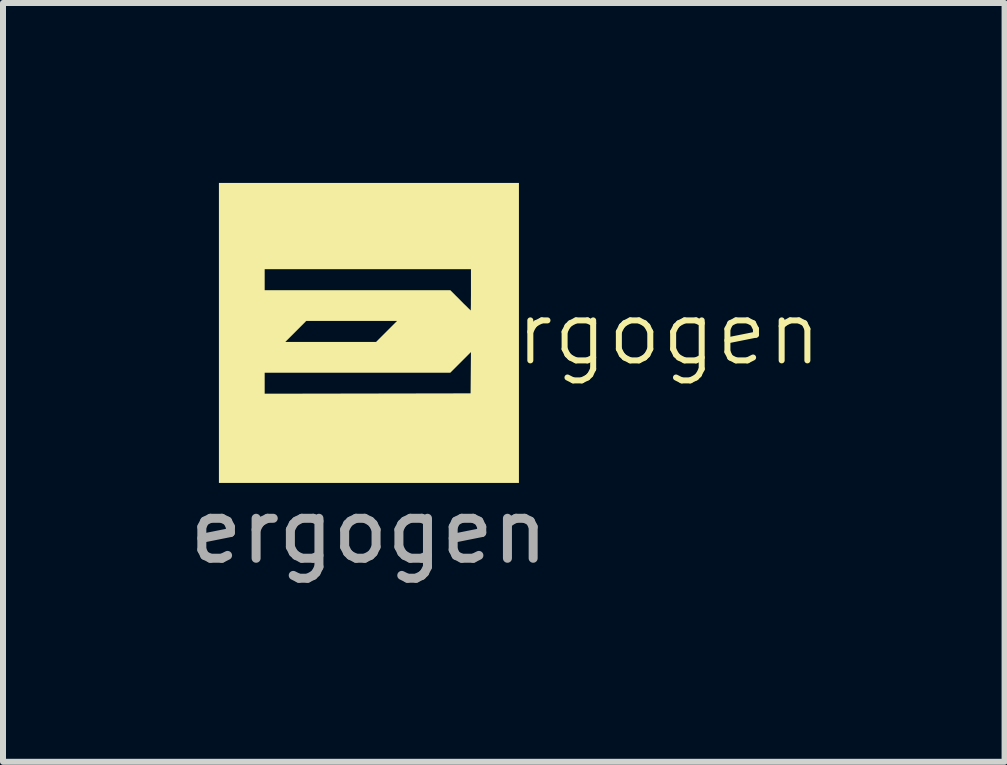
<source format=kicad_pcb>
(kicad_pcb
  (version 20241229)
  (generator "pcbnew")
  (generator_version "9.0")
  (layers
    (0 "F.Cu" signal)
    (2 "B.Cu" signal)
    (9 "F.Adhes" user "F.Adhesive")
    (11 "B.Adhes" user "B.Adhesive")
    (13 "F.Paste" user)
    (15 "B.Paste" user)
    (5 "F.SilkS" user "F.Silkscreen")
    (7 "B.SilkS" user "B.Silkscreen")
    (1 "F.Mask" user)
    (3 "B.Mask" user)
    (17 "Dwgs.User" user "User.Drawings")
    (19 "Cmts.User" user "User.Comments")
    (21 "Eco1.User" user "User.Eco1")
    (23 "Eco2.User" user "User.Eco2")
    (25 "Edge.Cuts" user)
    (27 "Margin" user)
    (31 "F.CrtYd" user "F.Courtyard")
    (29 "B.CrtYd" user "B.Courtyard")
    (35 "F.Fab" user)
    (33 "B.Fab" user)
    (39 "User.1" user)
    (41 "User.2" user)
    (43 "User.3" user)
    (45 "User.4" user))
  (footprint "ergogen"
    (layer "F.Cu")
    (at 3.101 2.501)
    (property "Reference" "ergogen" (at 4.572 0 0) (unlocked yes) (layer "F.SilkS") (effects (font (size 1 1) (thickness 0.1))))
    (private_layers "Dwgs.User")
    (fp_poly (pts (xy 2.501 0) (xy 2.501 2.501) (xy 0 2.501) (xy -2.501 2.501) (xy -2.501 1.013) (xy -1.738 1.013) (xy -0.022 1.01) (xy 1.695 1.007) (xy 1.698 0.663) (xy 1.701 0.319) (xy 1.529 0.491) (xy 1.357 0.663) (xy -0.191 0.663) (xy -1.738 0.663) (xy -1.738 0.838) (xy -1.738 1.013) (xy -2.501 1.013) (xy -2.501 0.15) (xy -1.394 0.15) (xy -0.637 0.15) (xy 0.119 0.15) (xy 0.294 -0.025) (xy 0.469 -0.2) (xy -0.288 -0.2) (xy -1.045 -0.2) (xy -1.219 -0.025) (xy -1.394 0.15) (xy -2.501 0.15) (xy -2.501 0) (xy -2.501 -1.063) (xy -1.738 -1.063) (xy -1.738 -0.888) (xy -1.738 -0.713) (xy -0.191 -0.713) (xy 1.357 -0.713) (xy 1.526 -0.544) (xy 1.578 -0.491) (xy 1.625 -0.446) (xy 1.662 -0.409) (xy 1.687 -0.385) (xy 1.697 -0.375) (xy 1.698 -0.375) (xy 1.698 -0.387) (xy 1.699 -0.421) (xy 1.7 -0.473) (xy 1.7 -0.541) (xy 1.701 -0.621) (xy 1.701 -0.71) (xy 1.701 -0.719) (xy 1.701 -1.063) (xy -0.019 -1.063) (xy -1.738 -1.063) (xy -2.501 -1.063) (xy -2.501 -2.501) (xy 0 -2.501) (xy 2.501 -2.501)) (stroke (width 0) (type solid)) (fill yes) (layer "F.SilkS"))
    (fp_text user "${REFERENCE}" (at 0 3.302 0) (unlocked yes) (layer "F.Fab") (effects (font (size 1 1) (thickness 0.15)))))
  (gr_rect
    (start -3 -3)
    (end 13.699 9.651)
    (stroke (width 0.1) (type default))
    (fill no)
    (layer "Edge.Cuts")))
</source>
